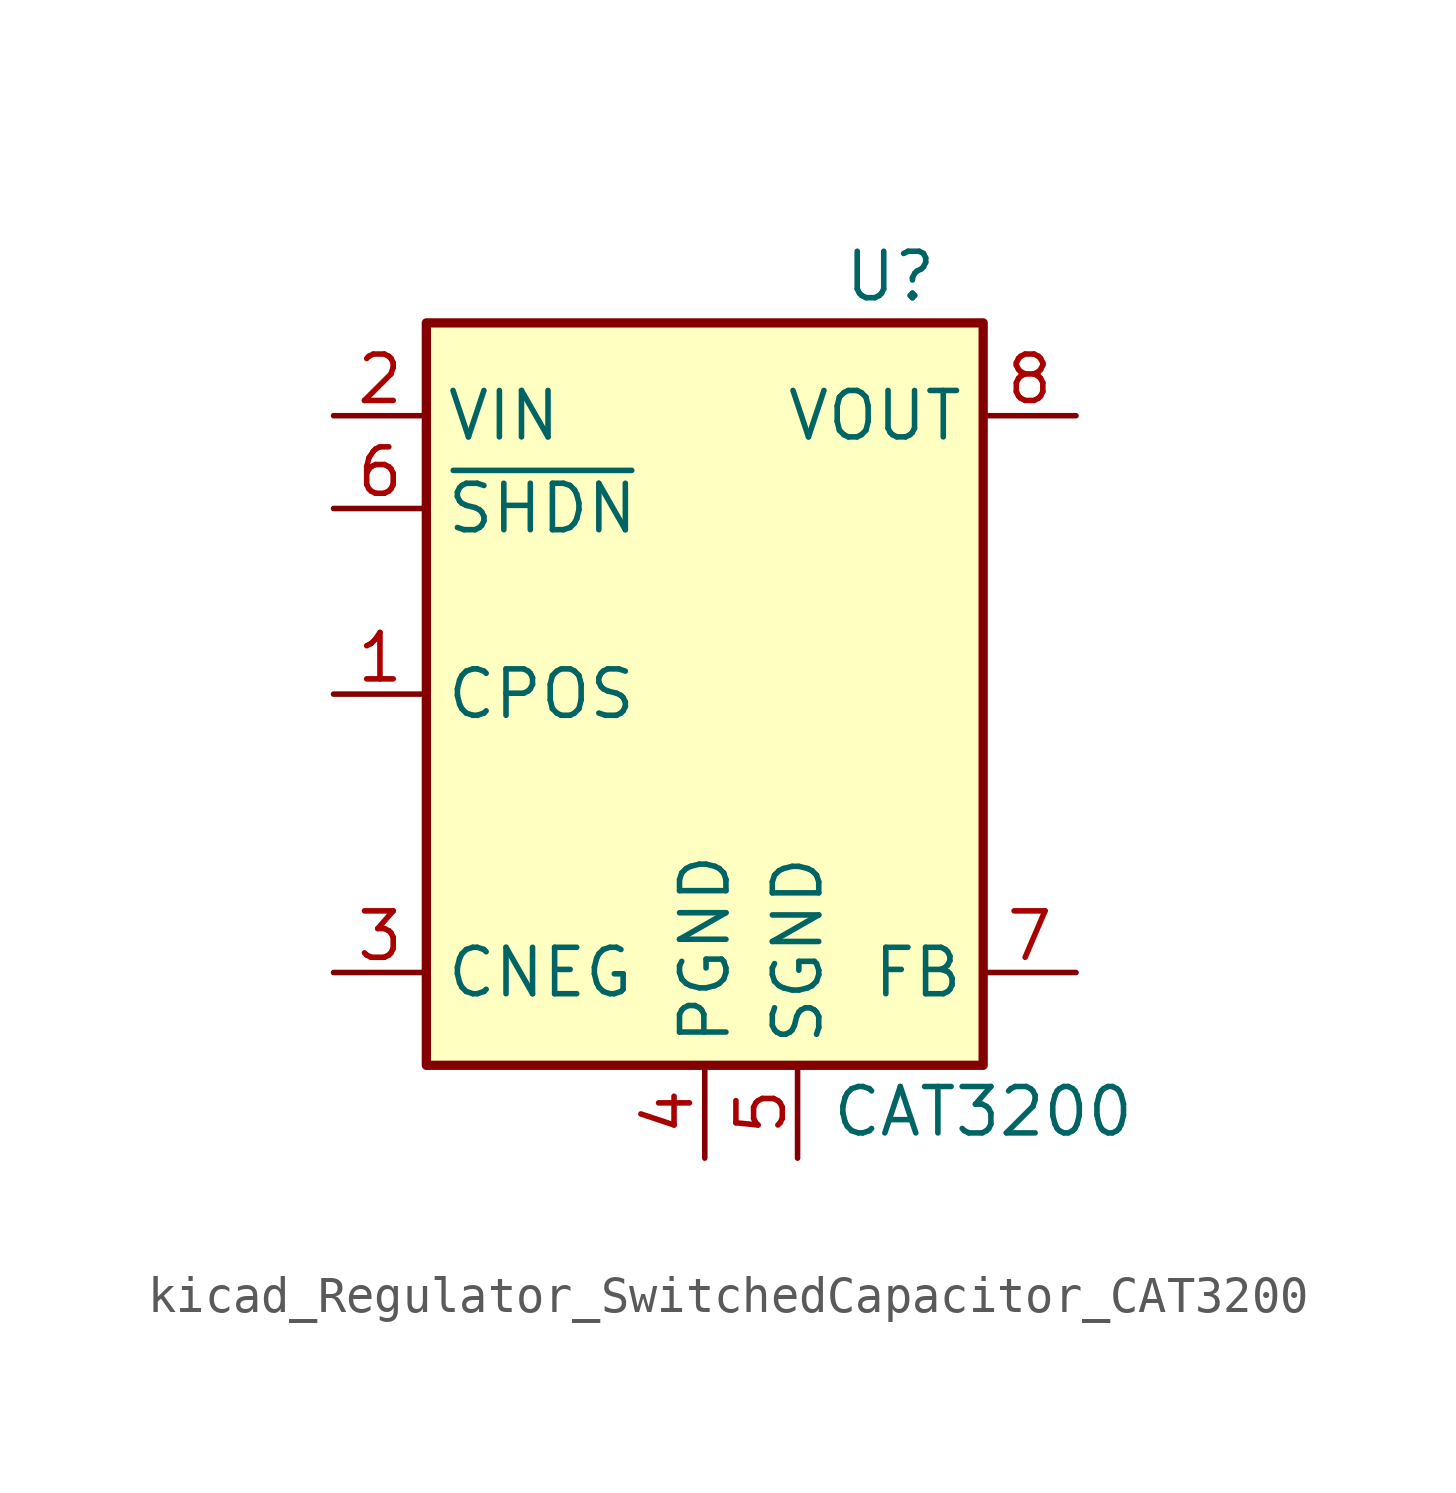
<source format=kicad_sym>
(kicad_symbol_lib
  (version 20220914)
  (generator kicad_symbol_editor)
  (symbol "kicad_Regulator_SwitchedCapacitor_CAT3200"
    (property "Reference" "U"
      (at 5.08 11.43 0)
      (effects (font (size 1.27 1.27))))
    (property "Value" "CAT3200"
      (at 7.62 -11.43 0)
      (effects (font (size 1.27 1.27))))
    (symbol "kicad_Regulator_SwitchedCapacitor_CAT3200_0_1"
      (rectangle (start -7.62 10.16) (end 7.62 -10.16) (stroke (width 0.254) (type default)) (fill (type background))))
    (symbol "kicad_Regulator_SwitchedCapacitor_CAT3200_1_1"
      (pin passive line (at -10.16 0 0) (length 2.54) (name "CPOS" (effects (font (size 1.27 1.27)))) (number "1" (effects (font (size 1.27 1.27)))))
      (pin power_in line (at -10.16 7.62 0) (length 2.54) (name "VIN" (effects (font (size 1.27 1.27)))) (number "2" (effects (font (size 1.27 1.27)))))
      (pin passive line (at -10.16 -7.62 0) (length 2.54) (name "CNEG" (effects (font (size 1.27 1.27)))) (number "3" (effects (font (size 1.27 1.27)))))
      (pin power_in line (at 0 -12.7 90) (length 2.54) (name "PGND" (effects (font (size 1.27 1.27)))) (number "4" (effects (font (size 1.27 1.27)))))
      (pin power_in line (at 2.54 -12.7 90) (length 2.54) (name "SGND" (effects (font (size 1.27 1.27)))) (number "5" (effects (font (size 1.27 1.27)))))
      (pin input line (at -10.16 5.08 0) (length 2.54) (name "~{SHDN}" (effects (font (size 1.27 1.27)))) (number "6" (effects (font (size 1.27 1.27)))))
      (pin input line (at 10.16 -7.62 180) (length 2.54) (name "FB" (effects (font (size 1.27 1.27)))) (number "7" (effects (font (size 1.27 1.27)))))
      (pin power_out line (at 10.16 7.62 180) (length 2.54) (name "VOUT" (effects (font (size 1.27 1.27)))) (number "8" (effects (font (size 1.27 1.27))))))))
</source>
